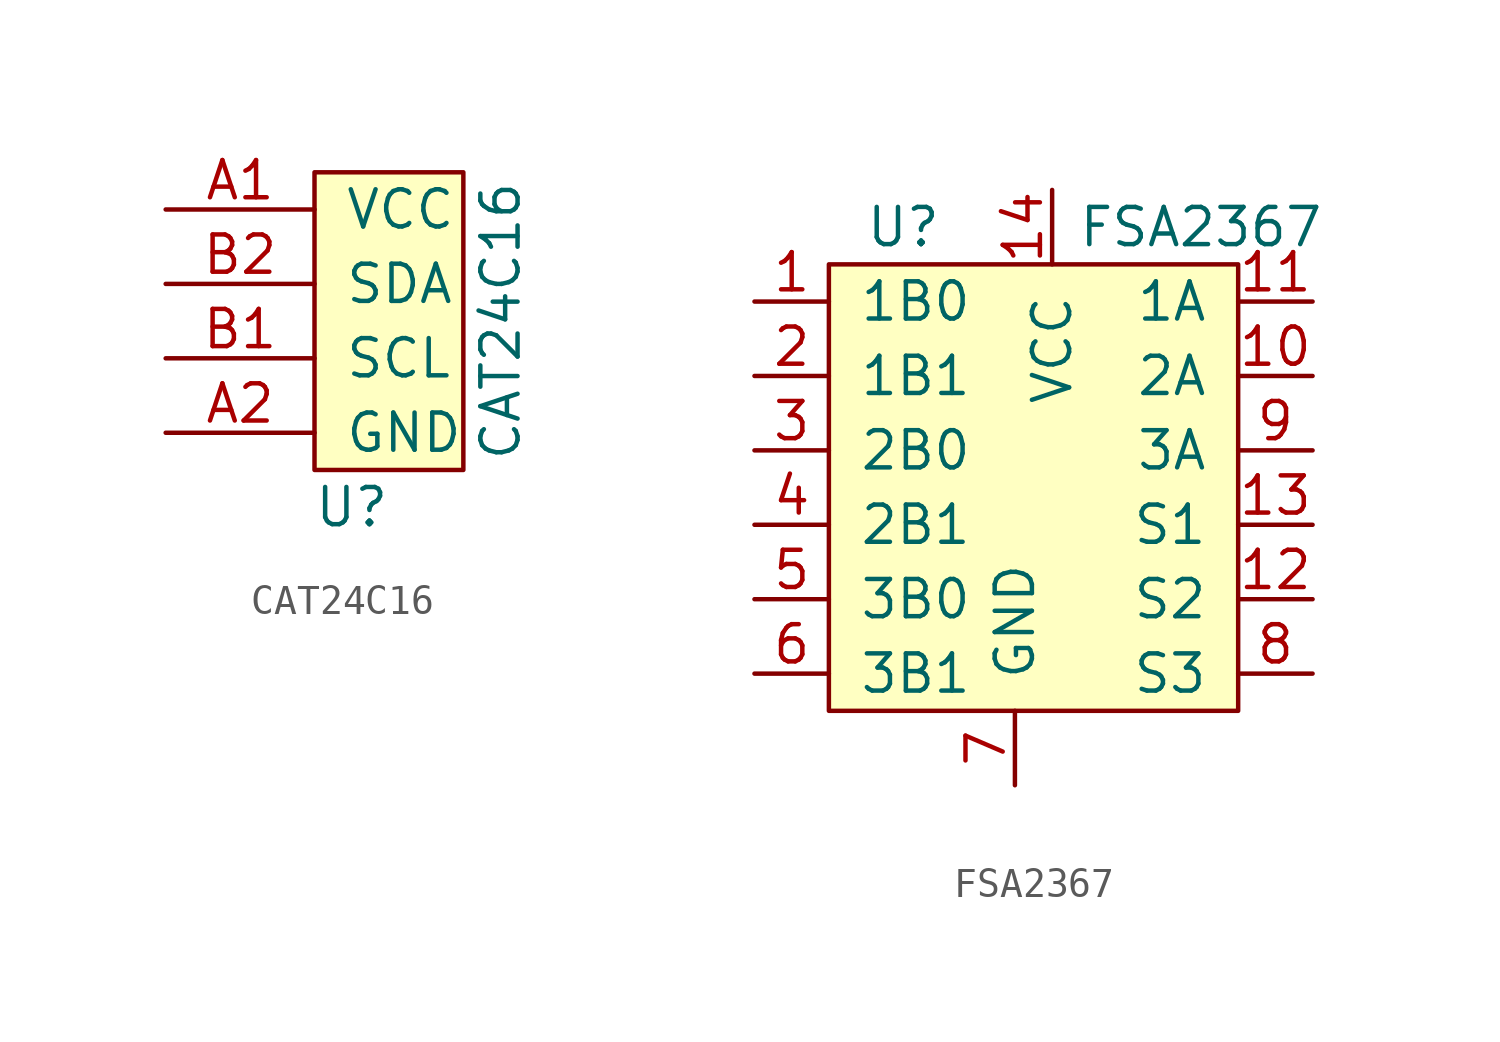
<source format=kicad_sym>
(kicad_symbol_lib
  (version 20241209)
  (generator "kicad_symbol_editor")
  (generator_version "9.0")
  (symbol "CAT24C16"
    (pin_names
      (offset 1.016))
    (property "Reference" "U"
      (at 1.27 -6.35 0)
      (effects (font (size 1.27 1.27))))
    (property "Value" "CAT24C16"
      (at 6.35 0 90)
      (effects (font (size 1.27 1.27))))
    (symbol "CAT24C16_0_1"
      (rectangle (start 0 5.08) (end 5.08 -5.08) (stroke (width 0) (type solid)) (fill (type background))))
    (symbol "CAT24C16_1_1"
      (pin power_in line (at -5.08 3.81 0) (length 5.08) (name "VCC" (effects (font (size 1.27 1.27)))) (number "A1" (effects (font (size 1.27 1.27)))))
      (pin bidirectional line (at -5.08 1.27 0) (length 5.08) (name "SDA" (effects (font (size 1.27 1.27)))) (number "B2" (effects (font (size 1.27 1.27)))))
      (pin input line (at -5.08 -1.27 0) (length 5.08) (name "SCL" (effects (font (size 1.27 1.27)))) (number "B1" (effects (font (size 1.27 1.27)))))
      (pin power_in line (at -5.08 -3.81 0) (length 5.08) (name "GND" (effects (font (size 1.27 1.27)))) (number "A2" (effects (font (size 1.27 1.27)))))))
  (symbol "FSA2367"
    (pin_names
      (offset 1.016))
    (property "Reference" "U"
      (at -5.08 8.89 0)
      (effects (font (size 1.27 1.27))))
    (property "Value" "FSA2367"
      (at 5.08 8.89 0)
      (effects (font (size 1.27 1.27))))
    (symbol "FSA2367_0_1"
      (rectangle (start -7.62 7.62) (end 6.35 -7.62) (stroke (width 0) (type solid)) (fill (type background))))
    (symbol "FSA2367_1_1"
      (pin bidirectional line (at -10.16 6.35 0) (length 2.54) (name "1B0" (effects (font (size 1.27 1.27)))) (number "1" (effects (font (size 1.27 1.27)))))
      (pin bidirectional line (at -10.16 3.81 0) (length 2.54) (name "1B1" (effects (font (size 1.27 1.27)))) (number "2" (effects (font (size 1.27 1.27)))))
      (pin bidirectional line (at -10.16 1.27 0) (length 2.54) (name "2B0" (effects (font (size 1.27 1.27)))) (number "3" (effects (font (size 1.27 1.27)))))
      (pin bidirectional line (at -10.16 -1.27 0) (length 2.54) (name "2B1" (effects (font (size 1.27 1.27)))) (number "4" (effects (font (size 1.27 1.27)))))
      (pin bidirectional line (at -10.16 -3.81 0) (length 2.54) (name "3B0" (effects (font (size 1.27 1.27)))) (number "5" (effects (font (size 1.27 1.27)))))
      (pin bidirectional line (at -10.16 -6.35 0) (length 2.54) (name "3B1" (effects (font (size 1.27 1.27)))) (number "6" (effects (font (size 1.27 1.27)))))
      (pin power_in line (at -1.27 -10.16 90) (length 2.54) (name "GND" (effects (font (size 1.27 1.27)))) (number "7" (effects (font (size 1.27 1.27)))))
      (pin power_in line (at 0 10.16 270) (length 2.54) (name "VCC" (effects (font (size 1.27 1.27)))) (number "14" (effects (font (size 1.27 1.27)))))
      (pin bidirectional line (at 8.89 6.35 180) (length 2.54) (name "1A" (effects (font (size 1.27 1.27)))) (number "11" (effects (font (size 1.27 1.27)))))
      (pin bidirectional line (at 8.89 3.81 180) (length 2.54) (name "2A" (effects (font (size 1.27 1.27)))) (number "10" (effects (font (size 1.27 1.27)))))
      (pin bidirectional line (at 8.89 1.27 180) (length 2.54) (name "3A" (effects (font (size 1.27 1.27)))) (number "9" (effects (font (size 1.27 1.27)))))
      (pin input line (at 8.89 -1.27 180) (length 2.54) (name "S1" (effects (font (size 1.27 1.27)))) (number "13" (effects (font (size 1.27 1.27)))))
      (pin input line (at 8.89 -3.81 180) (length 2.54) (name "S2" (effects (font (size 1.27 1.27)))) (number "12" (effects (font (size 1.27 1.27)))))
      (pin input line (at 8.89 -6.35 180) (length 2.54) (name "S3" (effects (font (size 1.27 1.27)))) (number "8" (effects (font (size 1.27 1.27))))))))
</source>
